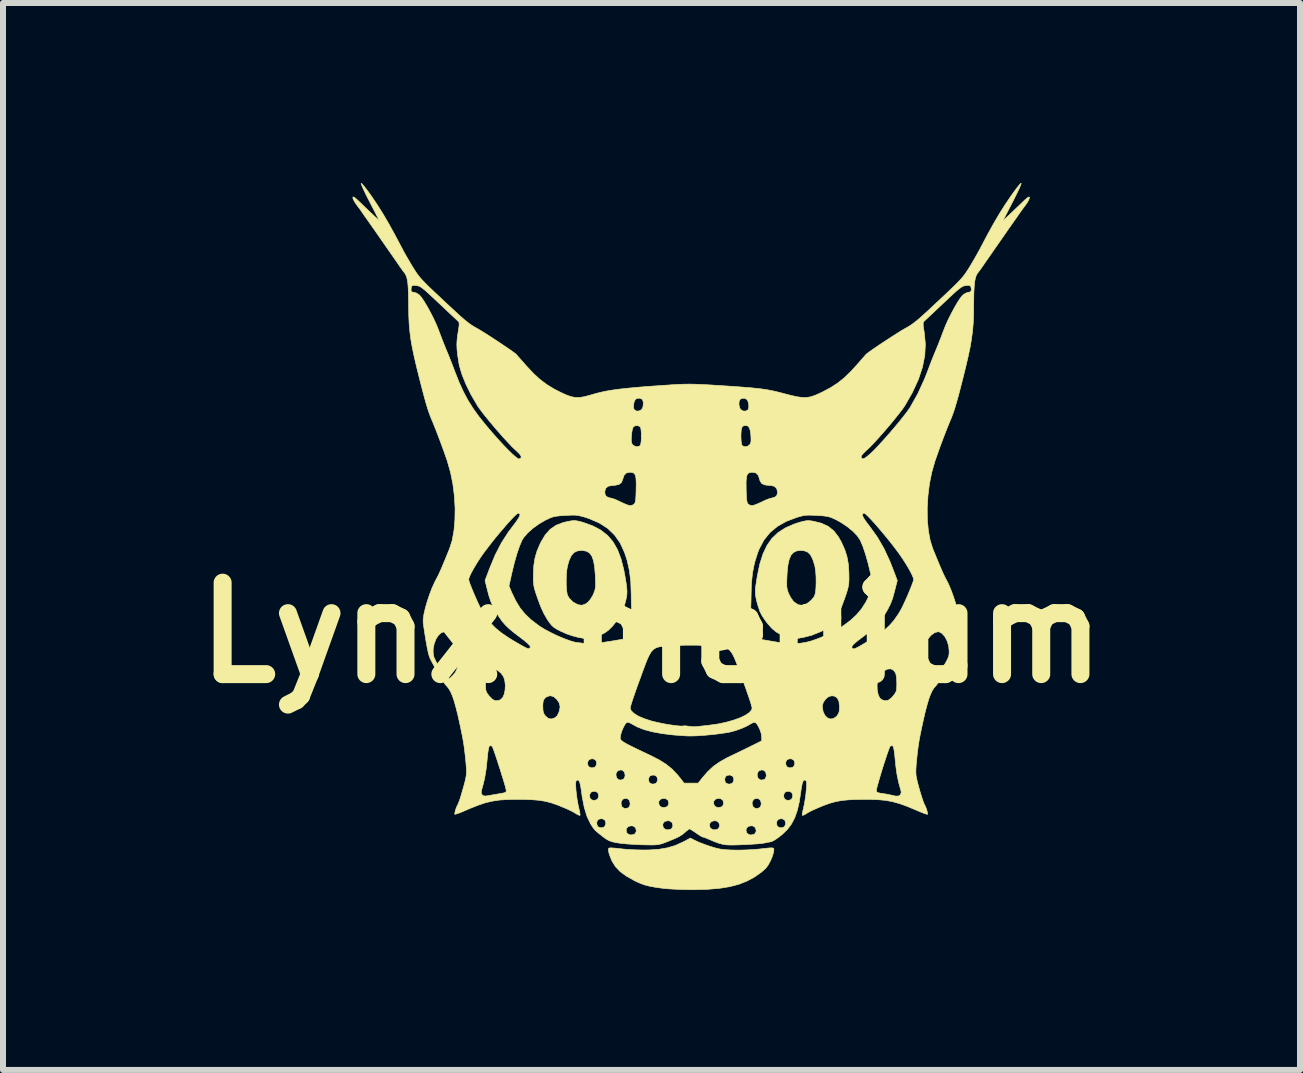
<source format=kicad_pcb>
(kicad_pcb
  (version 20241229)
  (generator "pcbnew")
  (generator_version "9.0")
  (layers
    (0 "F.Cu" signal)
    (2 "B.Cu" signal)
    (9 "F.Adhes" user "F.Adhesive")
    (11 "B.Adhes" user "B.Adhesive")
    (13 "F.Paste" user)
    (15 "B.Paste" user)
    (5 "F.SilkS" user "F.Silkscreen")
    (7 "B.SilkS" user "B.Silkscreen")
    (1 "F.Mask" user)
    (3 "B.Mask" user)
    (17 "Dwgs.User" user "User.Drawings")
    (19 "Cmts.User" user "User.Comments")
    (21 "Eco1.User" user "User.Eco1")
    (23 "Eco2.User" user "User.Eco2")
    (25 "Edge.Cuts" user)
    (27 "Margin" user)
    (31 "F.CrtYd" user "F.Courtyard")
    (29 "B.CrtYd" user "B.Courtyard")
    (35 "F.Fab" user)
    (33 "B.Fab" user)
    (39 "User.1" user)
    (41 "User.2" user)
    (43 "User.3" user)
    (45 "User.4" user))
  (footprint "Lynx medium"
    (layer "F.Cu")
    (at 7.809 7.496)
    (property "Reference" "Lynx medium" (at 0 0 0) (layer "F.SilkS") (effects (font (size 1.524 1.524) (thickness 0.3))))
    (attr through_hole)
    (fp_poly (pts (xy 0.709 3.454) (xy 0.785 3.49) (xy 0.88 3.527) (xy 0.982 3.562) (xy 1.078 3.591) (xy 1.142 3.605) (xy 1.222 3.615) (xy 1.327 3.621) (xy 1.448 3.623) (xy 1.575 3.62) (xy 1.7 3.613) (xy 1.795 3.605) (xy 1.891 3.594) (xy 1.958 3.587) (xy 2.001 3.585) (xy 2.026 3.588) (xy 2.037 3.596) (xy 2.039 3.611) (xy 2.038 3.632) (xy 2.038 3.632) (xy 2.03 3.673) (xy 2.011 3.732) (xy 1.985 3.795) (xy 1.984 3.796) (xy 1.945 3.871) (xy 1.9 3.929) (xy 1.837 3.985) (xy 1.834 3.988) (xy 1.718 4.07) (xy 1.593 4.138) (xy 1.456 4.192) (xy 1.303 4.232) (xy 1.13 4.26) (xy 0.934 4.276) (xy 0.71 4.282) (xy 0.631 4.282) (xy 0.521 4.28) (xy 0.405 4.275) (xy 0.296 4.269) (xy 0.205 4.261) (xy 0.186 4.259) (xy 0.064 4.242) (xy -0.033 4.224) (xy -0.115 4.203) (xy -0.191 4.175) (xy -0.27 4.139) (xy -0.288 4.13) (xy -0.421 4.055) (xy -0.525 3.979) (xy -0.602 3.897) (xy -0.658 3.807) (xy -0.663 3.796) (xy -0.689 3.732) (xy -0.709 3.674) (xy -0.717 3.633) (xy -0.717 3.632) (xy -0.718 3.612) (xy -0.717 3.598) (xy -0.707 3.589) (xy -0.686 3.585) (xy -0.647 3.587) (xy -0.585 3.592) (xy -0.497 3.602) (xy -0.449 3.607) (xy -0.355 3.614) (xy -0.242 3.619) (xy -0.126 3.621) (xy -0.034 3.62) (xy 0.128 3.608) (xy 0.268 3.584) (xy 0.397 3.545) (xy 0.525 3.487) (xy 0.556 3.471) (xy 0.647 3.422) (xy 0.709 3.454)) (stroke (width 0.01) (type solid)) (fill yes) (layer "F.SilkS"))
    (fp_poly (pts (xy 2.678 -1.862) (xy 2.696 -1.859) (xy 2.833 -1.825) (xy 2.946 -1.772) (xy 3.039 -1.697) (xy 3.117 -1.595) (xy 3.164 -1.511) (xy 3.22 -1.386) (xy 3.257 -1.271) (xy 3.279 -1.151) (xy 3.289 -1.015) (xy 3.29 -0.978) (xy 3.291 -0.9) (xy 3.289 -0.84) (xy 3.283 -0.788) (xy 3.271 -0.734) (xy 3.252 -0.669) (xy 3.223 -0.584) (xy 3.217 -0.567) (xy 3.164 -0.425) (xy 3.11 -0.31) (xy 3.056 -0.22) (xy 3.014 -0.159) (xy 2.979 -0.116) (xy 2.941 -0.084) (xy 2.89 -0.054) (xy 2.828 -0.022) (xy 2.669 0.042) (xy 2.54 0.075) (xy 2.474 0.087) (xy 2.422 0.096) (xy 2.392 0.1) (xy 2.388 0.1) (xy 2.368 0.095) (xy 2.325 0.084) (xy 2.266 0.069) (xy 2.254 0.065) (xy 2.16 0.033) (xy 2.079 -0.012) (xy 2.004 -0.075) (xy 1.927 -0.163) (xy 1.896 -0.204) (xy 1.844 -0.281) (xy 1.806 -0.356) (xy 1.776 -0.445) (xy 1.769 -0.469) (xy 1.749 -0.542) (xy 1.737 -0.603) (xy 1.731 -0.658) (xy 1.731 -0.717) (xy 1.738 -0.787) (xy 1.741 -0.802) (xy 2.253 -0.802) (xy 2.256 -0.754) (xy 2.264 -0.714) (xy 2.277 -0.674) (xy 2.285 -0.653) (xy 2.318 -0.589) (xy 2.359 -0.531) (xy 2.382 -0.508) (xy 2.445 -0.467) (xy 2.51 -0.458) (xy 2.58 -0.481) (xy 2.623 -0.509) (xy 2.671 -0.551) (xy 2.708 -0.599) (xy 2.719 -0.619) (xy 2.732 -0.669) (xy 2.74 -0.744) (xy 2.743 -0.834) (xy 2.742 -0.929) (xy 2.736 -1.02) (xy 2.725 -1.097) (xy 2.719 -1.123) (xy 2.687 -1.225) (xy 2.65 -1.297) (xy 2.604 -1.343) (xy 2.546 -1.366) (xy 2.488 -1.372) (xy 2.419 -1.364) (xy 2.365 -1.338) (xy 2.324 -1.292) (xy 2.294 -1.222) (xy 2.273 -1.125) (xy 2.26 -0.999) (xy 2.258 -0.957) (xy 2.254 -0.867) (xy 2.253 -0.802) (xy 1.741 -0.802) (xy 1.752 -0.877) (xy 1.763 -0.946) (xy 1.804 -1.144) (xy 1.857 -1.312) (xy 1.924 -1.454) (xy 2.006 -1.572) (xy 2.107 -1.668) (xy 2.229 -1.747) (xy 2.373 -1.81) (xy 2.454 -1.837) (xy 2.526 -1.857) (xy 2.579 -1.867) (xy 2.626 -1.869) (xy 2.678 -1.862)) (stroke (width 0.01) (type solid)) (fill yes) (layer "F.SilkS"))
    (fp_poly (pts (xy -1.222 -1.861) (xy -1.156 -1.844) (xy -1.133 -1.837) (xy -0.977 -1.78) (xy -0.845 -1.71) (xy -0.734 -1.623) (xy -0.642 -1.516) (xy -0.568 -1.387) (xy -0.509 -1.232) (xy -0.462 -1.049) (xy -0.443 -0.946) (xy -0.425 -0.839) (xy -0.414 -0.758) (xy -0.409 -0.693) (xy -0.411 -0.636) (xy -0.42 -0.58) (xy -0.435 -0.516) (xy -0.448 -0.469) (xy -0.478 -0.375) (xy -0.513 -0.298) (xy -0.561 -0.223) (xy -0.575 -0.204) (xy -0.652 -0.108) (xy -0.723 -0.038) (xy -0.797 0.012) (xy -0.881 0.048) (xy -0.944 0.067) (xy -1.009 0.083) (xy -1.061 0.094) (xy -1.091 0.1) (xy -1.095 0.1) (xy -1.117 0.096) (xy -1.164 0.087) (xy -1.225 0.076) (xy -1.236 0.073) (xy -1.32 0.051) (xy -1.416 0.018) (xy -1.506 -0.022) (xy -1.507 -0.022) (xy -1.577 -0.058) (xy -1.625 -0.088) (xy -1.662 -0.121) (xy -1.698 -0.165) (xy -1.736 -0.22) (xy -1.793 -0.318) (xy -1.847 -0.435) (xy -1.896 -0.567) (xy -1.927 -0.657) (xy -1.948 -0.724) (xy -1.961 -0.779) (xy -1.967 -0.831) (xy -1.969 -0.874) (xy -1.422 -0.874) (xy -1.421 -0.781) (xy -1.415 -0.699) (xy -1.404 -0.636) (xy -1.398 -0.619) (xy -1.37 -0.574) (xy -1.325 -0.528) (xy -1.303 -0.509) (xy -1.228 -0.468) (xy -1.161 -0.458) (xy -1.098 -0.481) (xy -1.061 -0.508) (xy -1.02 -0.555) (xy -0.981 -0.617) (xy -0.965 -0.653) (xy -0.948 -0.696) (xy -0.938 -0.735) (xy -0.933 -0.779) (xy -0.932 -0.835) (xy -0.935 -0.913) (xy -0.937 -0.957) (xy -0.948 -1.092) (xy -0.966 -1.197) (xy -0.993 -1.274) (xy -1.031 -1.327) (xy -1.081 -1.358) (xy -1.146 -1.371) (xy -1.167 -1.372) (xy -1.238 -1.363) (xy -1.293 -1.336) (xy -1.337 -1.285) (xy -1.373 -1.208) (xy -1.398 -1.123) (xy -1.411 -1.054) (xy -1.419 -0.968) (xy -1.422 -0.874) (xy -1.969 -0.874) (xy -1.97 -0.889) (xy -1.969 -0.963) (xy -1.969 -0.978) (xy -1.962 -1.12) (xy -1.943 -1.242) (xy -1.91 -1.358) (xy -1.859 -1.478) (xy -1.843 -1.511) (xy -1.771 -1.632) (xy -1.689 -1.724) (xy -1.59 -1.792) (xy -1.47 -1.838) (xy -1.375 -1.859) (xy -1.318 -1.868) (xy -1.271 -1.869) (xy -1.222 -1.861)) (stroke (width 0.01) (type solid)) (fill yes) (layer "F.SilkS"))
    (fp_poly (pts (xy 6.155 -7.469) (xy 6.136 -7.422) (xy 6.105 -7.356) (xy 6.065 -7.274) (xy 6.019 -7.182) (xy 6.011 -7.167) (xy 5.856 -6.866) (xy 5.938 -6.942) (xy 5.985 -6.987) (xy 6.047 -7.046) (xy 6.115 -7.111) (xy 6.16 -7.154) (xy 6.22 -7.212) (xy 6.262 -7.247) (xy 6.286 -7.263) (xy 6.297 -7.262) (xy 6.299 -7.253) (xy 6.289 -7.219) (xy 6.264 -7.173) (xy 6.241 -7.139) (xy 6.198 -7.082) (xy 6.156 -7.023) (xy 6.138 -6.998) (xy 6.107 -6.953) (xy 6.065 -6.893) (xy 6.019 -6.828) (xy 6.011 -6.816) (xy 5.957 -6.74) (xy 5.899 -6.656) (xy 5.847 -6.581) (xy 5.846 -6.58) (xy 5.797 -6.509) (xy 5.744 -6.433) (xy 5.699 -6.369) (xy 5.698 -6.367) (xy 5.654 -6.303) (xy 5.601 -6.228) (xy 5.551 -6.156) (xy 5.55 -6.154) (xy 5.507 -6.092) (xy 5.467 -6.036) (xy 5.436 -5.996) (xy 5.432 -5.99) (xy 5.413 -5.958) (xy 5.398 -5.912) (xy 5.386 -5.851) (xy 5.378 -5.768) (xy 5.372 -5.662) (xy 5.37 -5.529) (xy 5.369 -5.419) (xy 5.367 -5.28) (xy 5.361 -5.151) (xy 5.35 -5.026) (xy 5.333 -4.897) (xy 5.31 -4.76) (xy 5.278 -4.609) (xy 5.238 -4.437) (xy 5.19 -4.242) (xy 5.149 -4.083) (xy 5.115 -3.952) (xy 5.085 -3.845) (xy 5.059 -3.757) (xy 5.035 -3.683) (xy 5.012 -3.619) (xy 4.989 -3.561) (xy 4.986 -3.556) (xy 4.928 -3.414) (xy 4.864 -3.249) (xy 4.799 -3.074) (xy 4.737 -2.898) (xy 4.723 -2.857) (xy 4.671 -2.676) (xy 4.632 -2.482) (xy 4.607 -2.281) (xy 4.595 -2.08) (xy 4.597 -1.886) (xy 4.614 -1.703) (xy 4.644 -1.539) (xy 4.688 -1.399) (xy 4.689 -1.397) (xy 4.719 -1.325) (xy 4.755 -1.237) (xy 4.791 -1.15) (xy 4.801 -1.126) (xy 4.833 -1.051) (xy 4.865 -0.979) (xy 4.893 -0.922) (xy 4.902 -0.905) (xy 4.947 -0.818) (xy 4.991 -0.715) (xy 5.032 -0.603) (xy 5.069 -0.489) (xy 5.098 -0.381) (xy 5.119 -0.284) (xy 5.128 -0.206) (xy 5.126 -0.166) (xy 5.103 -0.011) (xy 5.083 0.115) (xy 5.066 0.214) (xy 5.051 0.292) (xy 5.037 0.351) (xy 5.023 0.397) (xy 5.009 0.432) (xy 5.005 0.441) (xy 4.97 0.509) (xy 4.927 0.586) (xy 4.881 0.665) (xy 4.836 0.741) (xy 4.796 0.806) (xy 4.763 0.855) (xy 4.743 0.88) (xy 4.743 0.881) (xy 4.71 0.917) (xy 4.679 0.965) (xy 4.649 1.029) (xy 4.619 1.111) (xy 4.589 1.214) (xy 4.556 1.342) (xy 4.521 1.496) (xy 4.482 1.68) (xy 4.471 1.736) (xy 4.457 1.814) (xy 4.442 1.913) (xy 4.429 2.02) (xy 4.419 2.117) (xy 4.41 2.213) (xy 4.406 2.284) (xy 4.406 2.339) (xy 4.41 2.387) (xy 4.42 2.437) (xy 4.428 2.473) (xy 4.449 2.554) (xy 4.473 2.64) (xy 4.498 2.721) (xy 4.521 2.792) (xy 4.54 2.844) (xy 4.552 2.869) (xy 4.568 2.9) (xy 4.584 2.943) (xy 4.596 2.987) (xy 4.601 3.019) (xy 4.6 3.026) (xy 4.581 3.023) (xy 4.539 3.009) (xy 4.478 2.985) (xy 4.408 2.955) (xy 4.262 2.894) (xy 4.135 2.848) (xy 4.019 2.816) (xy 3.902 2.794) (xy 3.775 2.782) (xy 3.629 2.777) (xy 3.563 2.777) (xy 3.408 2.779) (xy 3.279 2.785) (xy 3.168 2.796) (xy 3.068 2.815) (xy 2.97 2.842) (xy 2.868 2.879) (xy 2.769 2.92) (xy 2.697 2.952) (xy 2.645 2.977) (xy 2.601 3.001) (xy 2.577 3.017) (xy 2.54 3.037) (xy 2.516 3.044) (xy 2.513 3.043) (xy 2.512 3.024) (xy 2.519 2.981) (xy 2.53 2.936) (xy 2.546 2.86) (xy 2.561 2.775) (xy 2.573 2.688) (xy 2.578 2.633) (xy 3.746 2.633) (xy 3.755 2.654) (xy 3.78 2.667) (xy 3.829 2.677) (xy 3.847 2.679) (xy 3.912 2.689) (xy 3.973 2.701) (xy 4 2.707) (xy 4.072 2.723) (xy 4.12 2.72) (xy 4.149 2.701) (xy 4.161 2.663) (xy 4.158 2.637) (xy 4.119 2.496) (xy 4.091 2.362) (xy 4.071 2.218) (xy 4.062 2.128) (xy 4.052 2.025) (xy 4.042 1.953) (xy 4.032 1.907) (xy 4.021 1.886) (xy 4.018 1.884) (xy 3.987 1.885) (xy 3.978 1.891) (xy 3.967 1.913) (xy 3.948 1.962) (xy 3.924 2.032) (xy 3.896 2.116) (xy 3.865 2.21) (xy 3.835 2.307) (xy 3.807 2.401) (xy 3.782 2.487) (xy 3.762 2.558) (xy 3.75 2.609) (xy 3.746 2.633) (xy 2.578 2.633) (xy 2.581 2.607) (xy 2.585 2.539) (xy 2.584 2.49) (xy 2.578 2.469) (xy 2.552 2.454) (xy 2.531 2.464) (xy 2.514 2.504) (xy 2.499 2.573) (xy 2.49 2.636) (xy 2.464 2.812) (xy 2.43 2.96) (xy 2.387 3.083) (xy 2.332 3.188) (xy 2.264 3.279) (xy 2.18 3.36) (xy 2.157 3.379) (xy 2.099 3.423) (xy 2.046 3.458) (xy 2.007 3.478) (xy 1.998 3.481) (xy 1.955 3.49) (xy 1.898 3.501) (xy 1.88 3.505) (xy 1.837 3.512) (xy 1.768 3.518) (xy 1.681 3.524) (xy 1.582 3.53) (xy 1.511 3.533) (xy 1.399 3.537) (xy 1.313 3.538) (xy 1.244 3.535) (xy 1.183 3.525) (xy 1.122 3.508) (xy 1.052 3.483) (xy 0.965 3.446) (xy 0.92 3.427) (xy 0.88 3.411) (xy 0.852 3.404) (xy 0.851 3.404) (xy 0.83 3.394) (xy 0.791 3.37) (xy 0.741 3.336) (xy 0.741 3.336) (xy 0.692 3.302) (xy 0.678 3.294) (xy 1.575 3.294) (xy 1.589 3.34) (xy 1.628 3.366) (xy 1.659 3.37) (xy 1.701 3.362) (xy 1.724 3.349) (xy 1.741 3.316) (xy 1.744 3.294) (xy 1.73 3.247) (xy 1.691 3.221) (xy 1.659 3.217) (xy 1.608 3.23) (xy 1.579 3.265) (xy 1.575 3.294) (xy 0.678 3.294) (xy 0.653 3.278) (xy 0.634 3.268) (xy 0.634 3.268) (xy 0.616 3.279) (xy 0.582 3.305) (xy 0.557 3.327) (xy 0.521 3.357) (xy 0.481 3.384) (xy 0.432 3.411) (xy 0.366 3.44) (xy 0.278 3.476) (xy 0.232 3.494) (xy 0.175 3.515) (xy 0.125 3.528) (xy 0.07 3.535) (xy 0.001 3.537) (xy -0.064 3.536) (xy -0.161 3.534) (xy -0.267 3.529) (xy -0.363 3.523) (xy -0.398 3.521) (xy -0.509 3.51) (xy -0.593 3.498) (xy -0.658 3.483) (xy -0.711 3.464) (xy -0.759 3.436) (xy -0.806 3.402) (xy -0.871 3.351) (xy -0.917 3.313) (xy -0.937 3.294) (xy -0.423 3.294) (xy -0.41 3.34) (xy -0.37 3.366) (xy -0.339 3.37) (xy -0.297 3.362) (xy -0.274 3.349) (xy -0.257 3.316) (xy -0.254 3.294) (xy -0.268 3.247) (xy -0.307 3.221) (xy -0.339 3.217) (xy -0.39 3.23) (xy -0.419 3.265) (xy -0.423 3.294) (xy -0.937 3.294) (xy -0.949 3.281) (xy -0.976 3.247) (xy -1.003 3.205) (xy -1.021 3.175) (xy -0.914 3.175) (xy -0.905 3.214) (xy -0.894 3.231) (xy -0.861 3.248) (xy -0.838 3.251) (xy -0.799 3.242) (xy -0.782 3.231) (xy -0.771 3.209) (xy 0.186 3.209) (xy 0.2 3.255) (xy 0.239 3.281) (xy 0.271 3.285) (xy 0.312 3.278) (xy 0.335 3.265) (xy 0.352 3.232) (xy 0.356 3.209) (xy 0.965 3.209) (xy 0.979 3.255) (xy 1.018 3.281) (xy 1.05 3.285) (xy 1.091 3.278) (xy 1.114 3.265) (xy 1.131 3.232) (xy 1.135 3.209) (xy 1.125 3.175) (xy 2.083 3.175) (xy 2.092 3.214) (xy 2.103 3.231) (xy 2.136 3.248) (xy 2.159 3.251) (xy 2.198 3.242) (xy 2.215 3.231) (xy 2.232 3.198) (xy 2.235 3.175) (xy 2.226 3.136) (xy 2.215 3.119) (xy 2.182 3.102) (xy 2.159 3.099) (xy 2.12 3.108) (xy 2.103 3.119) (xy 2.086 3.152) (xy 2.083 3.175) (xy 1.125 3.175) (xy 1.121 3.162) (xy 1.082 3.137) (xy 1.05 3.133) (xy 0.998 3.145) (xy 0.97 3.18) (xy 0.965 3.209) (xy 0.356 3.209) (xy 0.342 3.162) (xy 0.303 3.137) (xy 0.271 3.133) (xy 0.219 3.145) (xy 0.191 3.18) (xy 0.186 3.209) (xy -0.771 3.209) (xy -0.765 3.198) (xy -0.762 3.175) (xy -0.771 3.136) (xy -0.782 3.119) (xy -0.815 3.102) (xy -0.838 3.099) (xy -0.877 3.108) (xy -0.894 3.119) (xy -0.911 3.152) (xy -0.914 3.175) (xy -1.021 3.175) (xy -1.076 3.06) (xy -1.121 2.913) (xy -1.134 2.845) (xy -0.508 2.845) (xy -0.496 2.897) (xy -0.46 2.925) (xy -0.432 2.929) (xy -0.393 2.92) (xy -0.376 2.909) (xy -0.36 2.877) (xy -0.356 2.845) (xy -0.358 2.836) (xy 0.119 2.836) (xy 0.132 2.883) (xy 0.171 2.909) (xy 0.203 2.913) (xy 0.244 2.905) (xy 0.268 2.892) (xy 0.285 2.859) (xy 0.288 2.836) (xy 1.033 2.836) (xy 1.047 2.883) (xy 1.086 2.909) (xy 1.118 2.913) (xy 1.159 2.905) (xy 1.182 2.892) (xy 1.199 2.859) (xy 1.201 2.845) (xy 1.676 2.845) (xy 1.689 2.897) (xy 1.724 2.925) (xy 1.753 2.929) (xy 1.791 2.92) (xy 1.808 2.909) (xy 1.824 2.877) (xy 1.829 2.845) (xy 1.816 2.793) (xy 1.781 2.765) (xy 1.753 2.76) (xy 1.706 2.774) (xy 1.68 2.813) (xy 1.676 2.845) (xy 1.201 2.845) (xy 1.202 2.836) (xy 1.188 2.79) (xy 1.149 2.764) (xy 1.118 2.76) (xy 1.066 2.773) (xy 1.037 2.808) (xy 1.033 2.836) (xy 0.288 2.836) (xy 0.274 2.79) (xy 0.235 2.764) (xy 0.203 2.76) (xy 0.151 2.773) (xy 0.123 2.808) (xy 0.119 2.836) (xy -0.358 2.836) (xy -0.368 2.793) (xy -0.403 2.765) (xy -0.432 2.76) (xy -0.478 2.774) (xy -0.504 2.813) (xy -0.508 2.845) (xy -1.134 2.845) (xy -1.156 2.734) (xy -1.158 2.718) (xy -1.033 2.718) (xy -1.024 2.757) (xy -1.013 2.774) (xy -0.98 2.791) (xy -0.957 2.794) (xy -0.918 2.785) (xy -0.901 2.774) (xy -0.884 2.741) (xy -0.881 2.718) (xy 2.201 2.718) (xy 2.211 2.757) (xy 2.222 2.774) (xy 2.255 2.791) (xy 2.278 2.794) (xy 2.316 2.785) (xy 2.333 2.774) (xy 2.35 2.741) (xy 2.354 2.718) (xy 2.345 2.679) (xy 2.333 2.662) (xy 2.3 2.645) (xy 2.278 2.642) (xy 2.239 2.651) (xy 2.222 2.662) (xy 2.205 2.695) (xy 2.201 2.718) (xy -0.881 2.718) (xy -0.89 2.679) (xy -0.901 2.662) (xy -0.934 2.645) (xy -0.957 2.642) (xy -0.996 2.651) (xy -1.013 2.662) (xy -1.03 2.695) (xy -1.033 2.718) (xy -1.158 2.718) (xy -1.169 2.636) (xy -1.183 2.545) (xy -1.199 2.486) (xy -1.217 2.457) (xy -1.24 2.456) (xy -1.257 2.469) (xy -1.263 2.494) (xy -1.264 2.545) (xy -1.26 2.615) (xy -1.251 2.697) (xy -1.239 2.784) (xy -1.224 2.868) (xy -1.209 2.936) (xy -1.197 2.989) (xy -1.191 3.029) (xy -1.192 3.043) (xy -1.21 3.041) (xy -1.245 3.024) (xy -1.257 3.017) (xy -1.3 2.99) (xy -1.346 2.966) (xy -1.406 2.938) (xy -1.448 2.92) (xy -1.561 2.873) (xy -1.662 2.838) (xy -1.759 2.812) (xy -1.86 2.794) (xy -1.973 2.784) (xy -2.105 2.778) (xy -2.242 2.777) (xy -2.398 2.78) (xy -2.531 2.788) (xy -2.651 2.806) (xy -2.767 2.833) (xy -2.888 2.874) (xy -3.025 2.928) (xy -3.087 2.955) (xy -3.159 2.986) (xy -3.219 3.009) (xy -3.261 3.023) (xy -3.279 3.026) (xy -3.279 3.006) (xy -3.27 2.967) (xy -3.256 2.922) (xy -3.239 2.883) (xy -3.231 2.869) (xy -3.218 2.84) (xy -3.198 2.787) (xy -3.175 2.715) (xy -3.166 2.683) (xy -2.837 2.683) (xy -2.811 2.714) (xy -2.767 2.722) (xy -2.761 2.721) (xy -2.723 2.715) (xy -2.664 2.705) (xy -2.596 2.693) (xy -2.591 2.692) (xy -2.514 2.679) (xy -2.465 2.67) (xy -2.438 2.661) (xy -2.425 2.651) (xy -2.422 2.638) (xy -2.421 2.629) (xy -2.427 2.603) (xy -2.44 2.551) (xy -2.461 2.48) (xy -2.487 2.394) (xy -2.495 2.371) (xy -0.593 2.371) (xy -0.58 2.422) (xy -0.545 2.451) (xy -0.516 2.455) (xy -0.481 2.447) (xy -0.051 2.447) (xy -0.042 2.486) (xy -0.03 2.503) (xy 0.003 2.52) (xy 0.025 2.523) (xy 0.064 2.514) (xy 0.081 2.503) (xy 0.098 2.47) (xy 0.102 2.447) (xy 0.092 2.408) (xy 0.081 2.391) (xy 0.048 2.374) (xy 0.025 2.371) (xy -0.013 2.38) (xy -0.03 2.391) (xy -0.047 2.424) (xy -0.051 2.447) (xy -0.481 2.447) (xy -0.478 2.446) (xy -0.461 2.435) (xy -0.445 2.403) (xy -0.44 2.371) (xy -0.453 2.319) (xy -0.488 2.29) (xy -0.516 2.286) (xy -0.563 2.3) (xy -0.589 2.339) (xy -0.593 2.371) (xy -2.495 2.371) (xy -2.516 2.301) (xy -2.547 2.205) (xy -2.556 2.176) (xy -1.067 2.176) (xy -1.058 2.215) (xy -1.046 2.232) (xy -1.013 2.249) (xy -0.991 2.252) (xy -0.952 2.243) (xy -0.935 2.232) (xy -0.918 2.199) (xy -0.914 2.176) (xy -0.924 2.137) (xy -0.935 2.12) (xy -0.968 2.103) (xy -0.991 2.1) (xy -1.029 2.109) (xy -1.046 2.12) (xy -1.063 2.153) (xy -1.067 2.176) (xy -2.556 2.176) (xy -2.577 2.112) (xy -2.605 2.029) (xy -2.629 1.96) (xy -2.647 1.912) (xy -2.657 1.891) (xy -2.657 1.891) (xy -2.685 1.882) (xy -2.697 1.884) (xy -2.708 1.899) (xy -2.718 1.937) (xy -2.728 2.002) (xy -2.738 2.095) (xy -2.741 2.128) (xy -2.758 2.284) (xy -2.781 2.422) (xy -2.814 2.558) (xy -2.837 2.637) (xy -2.837 2.683) (xy -3.166 2.683) (xy -3.151 2.633) (xy -3.127 2.548) (xy -3.107 2.473) (xy -3.095 2.418) (xy -3.087 2.37) (xy -3.084 2.32) (xy -3.086 2.26) (xy -3.092 2.181) (xy -3.098 2.117) (xy -3.109 2.015) (xy -3.122 1.908) (xy -3.137 1.81) (xy -3.148 1.749) (xy -0.522 1.749) (xy -0.522 1.759) (xy -0.518 1.774) (xy -0.508 1.789) (xy -0.488 1.807) (xy -0.457 1.828) (xy -0.41 1.855) (xy -0.345 1.888) (xy -0.258 1.931) (xy -0.146 1.984) (xy -0.012 2.048) (xy 0.129 2.12) (xy 0.245 2.193) (xy 0.343 2.273) (xy 0.433 2.368) (xy 0.473 2.417) (xy 0.543 2.506) (xy 0.778 2.506) (xy 0.824 2.447) (xy 1.219 2.447) (xy 1.228 2.486) (xy 1.24 2.503) (xy 1.273 2.52) (xy 1.295 2.523) (xy 1.334 2.514) (xy 1.351 2.503) (xy 1.368 2.47) (xy 1.372 2.447) (xy 1.362 2.408) (xy 1.351 2.391) (xy 1.318 2.374) (xy 1.295 2.371) (xy 1.761 2.371) (xy 1.773 2.422) (xy 1.809 2.451) (xy 1.837 2.455) (xy 1.876 2.446) (xy 1.893 2.435) (xy 1.909 2.403) (xy 1.913 2.371) (xy 1.901 2.319) (xy 1.866 2.29) (xy 1.837 2.286) (xy 1.791 2.3) (xy 1.765 2.339) (xy 1.761 2.371) (xy 1.295 2.371) (xy 1.257 2.38) (xy 1.24 2.391) (xy 1.223 2.424) (xy 1.219 2.447) (xy 0.824 2.447) (xy 0.848 2.417) (xy 0.936 2.315) (xy 1.029 2.228) (xy 1.103 2.176) (xy 2.235 2.176) (xy 2.244 2.215) (xy 2.256 2.232) (xy 2.289 2.249) (xy 2.311 2.252) (xy 2.35 2.243) (xy 2.367 2.232) (xy 2.384 2.199) (xy 2.388 2.176) (xy 2.378 2.137) (xy 2.367 2.12) (xy 2.334 2.103) (xy 2.311 2.1) (xy 2.273 2.109) (xy 2.256 2.12) (xy 2.239 2.153) (xy 2.235 2.176) (xy 1.103 2.176) (xy 1.136 2.153) (xy 1.264 2.081) (xy 1.333 2.048) (xy 1.427 2.003) (xy 1.526 1.955) (xy 1.618 1.91) (xy 1.691 1.874) (xy 1.693 1.873) (xy 1.837 1.801) (xy 1.836 1.735) (xy 1.828 1.68) (xy 1.808 1.619) (xy 1.781 1.561) (xy 1.753 1.516) (xy 1.726 1.494) (xy 1.723 1.493) (xy 1.69 1.499) (xy 1.649 1.52) (xy 1.642 1.525) (xy 1.585 1.557) (xy 1.507 1.592) (xy 1.419 1.624) (xy 1.333 1.649) (xy 1.281 1.661) (xy 1.154 1.68) (xy 1.018 1.697) (xy 0.881 1.709) (xy 0.753 1.718) (xy 0.643 1.721) (xy 0.573 1.719) (xy 0.356 1.703) (xy 0.17 1.68) (xy 0.01 1.65) (xy -0.127 1.613) (xy -0.243 1.567) (xy -0.343 1.512) (xy -0.343 1.512) (xy -0.383 1.493) (xy -0.414 1.497) (xy -0.419 1.5) (xy -0.443 1.529) (xy -0.47 1.579) (xy -0.496 1.64) (xy -0.514 1.7) (xy -0.522 1.749) (xy -3.148 1.749) (xy -3.15 1.736) (xy -3.19 1.543) (xy -3.226 1.381) (xy -3.259 1.247) (xy -3.264 1.229) (xy -1.812 1.229) (xy -1.809 1.294) (xy -1.8 1.337) (xy -1.779 1.373) (xy -1.768 1.387) (xy -1.72 1.428) (xy -1.667 1.437) (xy -1.609 1.417) (xy -1.571 1.382) (xy -1.542 1.322) (xy -1.527 1.255) (xy -0.356 1.255) (xy -0.339 1.3) (xy -0.292 1.345) (xy -0.218 1.391) (xy -0.118 1.433) (xy 0.003 1.472) (xy 0.006 1.473) (xy 0.091 1.493) (xy 0.183 1.513) (xy 0.278 1.53) (xy 0.367 1.543) (xy 0.443 1.552) (xy 0.501 1.556) (xy 0.531 1.553) (xy 0.559 1.551) (xy 0.605 1.556) (xy 0.618 1.558) (xy 0.68 1.566) (xy 0.739 1.566) (xy 0.745 1.565) (xy 0.788 1.56) (xy 0.854 1.553) (xy 0.931 1.545) (xy 0.968 1.54) (xy 1.111 1.52) (xy 1.246 1.491) (xy 1.369 1.456) (xy 1.477 1.417) (xy 1.566 1.374) (xy 1.63 1.33) (xy 1.668 1.286) (xy 1.676 1.255) (xy 1.671 1.228) (xy 1.67 1.227) (xy 2.846 1.227) (xy 2.858 1.309) (xy 2.887 1.373) (xy 2.928 1.417) (xy 2.978 1.437) (xy 3.03 1.431) (xy 3.081 1.396) (xy 3.089 1.387) (xy 3.115 1.35) (xy 3.128 1.31) (xy 3.132 1.254) (xy 3.133 1.232) (xy 3.124 1.146) (xy 3.097 1.088) (xy 3.051 1.057) (xy 3.004 1.05) (xy 2.952 1.065) (xy 2.903 1.104) (xy 2.865 1.157) (xy 2.846 1.214) (xy 2.846 1.227) (xy 1.67 1.227) (xy 1.655 1.174) (xy 1.63 1.097) (xy 1.597 1.002) (xy 1.559 0.894) (xy 1.552 0.875) (xy 3.759 0.875) (xy 3.762 0.954) (xy 3.776 1.026) (xy 3.8 1.082) (xy 3.831 1.114) (xy 3.892 1.134) (xy 3.943 1.126) (xy 3.994 1.09) (xy 4.024 1.057) (xy 4.055 1.017) (xy 4.074 0.984) (xy 4.084 0.948) (xy 4.087 0.897) (xy 4.088 0.841) (xy 4.084 0.744) (xy 4.069 0.675) (xy 4.04 0.63) (xy 3.997 0.605) (xy 3.987 0.602) (xy 3.936 0.605) (xy 3.879 0.632) (xy 3.827 0.676) (xy 3.788 0.732) (xy 3.787 0.733) (xy 3.767 0.799) (xy 3.759 0.875) (xy 1.552 0.875) (xy 1.516 0.776) (xy 1.512 0.764) (xy 1.46 0.621) (xy 1.417 0.507) (xy 1.38 0.417) (xy 1.358 0.373) (xy 4.547 0.373) (xy 4.548 0.472) (xy 4.553 0.545) (xy 4.563 0.599) (xy 4.58 0.642) (xy 4.607 0.681) (xy 4.626 0.703) (xy 4.661 0.739) (xy 4.692 0.757) (xy 4.722 0.752) (xy 4.755 0.725) (xy 4.796 0.672) (xy 4.847 0.592) (xy 4.855 0.578) (xy 4.901 0.501) (xy 4.931 0.445) (xy 4.949 0.402) (xy 4.958 0.365) (xy 4.961 0.325) (xy 4.961 0.307) (xy 4.952 0.218) (xy 4.926 0.135) (xy 4.889 0.064) (xy 4.843 0.012) (xy 4.793 -0.015) (xy 4.774 -0.017) (xy 4.72 -0.002) (xy 4.662 0.039) (xy 4.607 0.101) (xy 4.586 0.132) (xy 4.568 0.165) (xy 4.556 0.199) (xy 4.55 0.244) (xy 4.547 0.308) (xy 4.547 0.373) (xy 1.358 0.373) (xy 1.346 0.349) (xy 1.311 0.3) (xy 1.272 0.266) (xy 1.226 0.243) (xy 1.186 0.234) (xy 3.338 0.234) (xy 3.342 0.253) (xy 3.347 0.26) (xy 3.359 0.267) (xy 3.375 0.268) (xy 3.401 0.259) (xy 3.441 0.24) (xy 3.498 0.207) (xy 3.577 0.16) (xy 3.637 0.124) (xy 3.77 0.04) (xy 3.877 -0.04) (xy 3.966 -0.121) (xy 4.043 -0.21) (xy 4.114 -0.312) (xy 4.145 -0.364) (xy 4.173 -0.415) (xy 4.206 -0.484) (xy 4.243 -0.564) (xy 4.279 -0.647) (xy 4.313 -0.729) (xy 4.341 -0.8) (xy 4.361 -0.856) (xy 4.369 -0.888) (xy 4.369 -0.889) (xy 4.359 -0.925) (xy 4.333 -0.983) (xy 4.294 -1.057) (xy 4.244 -1.141) (xy 4.188 -1.229) (xy 4.128 -1.316) (xy 4.112 -1.338) (xy 4.043 -1.43) (xy 3.968 -1.526) (xy 3.89 -1.622) (xy 3.812 -1.715) (xy 3.739 -1.8) (xy 3.672 -1.874) (xy 3.616 -1.933) (xy 3.573 -1.974) (xy 3.546 -1.994) (xy 3.541 -1.994) (xy 3.519 -1.984) (xy 3.514 -1.962) (xy 3.527 -1.927) (xy 3.56 -1.873) (xy 3.615 -1.799) (xy 3.639 -1.768) (xy 3.764 -1.594) (xy 3.873 -1.406) (xy 3.97 -1.197) (xy 4.019 -1.074) (xy 4.096 -0.87) (xy 4.048 -0.683) (xy 4.018 -0.574) (xy 3.984 -0.484) (xy 3.941 -0.397) (xy 3.911 -0.345) (xy 3.858 -0.259) (xy 3.808 -0.189) (xy 3.755 -0.127) (xy 3.693 -0.067) (xy 3.614 -0.002) (xy 3.518 0.071) (xy 3.438 0.132) (xy 3.383 0.177) (xy 3.351 0.21) (xy 3.338 0.234) (xy 1.186 0.234) (xy 1.169 0.23) (xy 1.097 0.223) (xy 1.009 0.217) (xy 0.937 0.214) (xy 0.756 0.207) (xy 0.564 0.207) (xy 0.384 0.214) (xy 0.281 0.219) (xy 0.199 0.225) (xy 0.132 0.234) (xy 0.079 0.249) (xy 0.035 0.275) (xy -0.002 0.314) (xy -0.036 0.369) (xy -0.071 0.444) (xy -0.109 0.541) (xy -0.155 0.665) (xy -0.191 0.764) (xy -0.234 0.882) (xy -0.273 0.992) (xy -0.306 1.088) (xy -0.332 1.167) (xy -0.349 1.224) (xy -0.356 1.254) (xy -0.356 1.255) (xy -1.527 1.255) (xy -1.526 1.25) (xy -1.525 1.227) (xy -1.539 1.169) (xy -1.576 1.113) (xy -1.631 1.065) (xy -1.689 1.049) (xy -1.746 1.066) (xy -1.773 1.087) (xy -1.795 1.114) (xy -1.807 1.148) (xy -1.812 1.2) (xy -1.812 1.229) (xy -3.264 1.229) (xy -3.29 1.137) (xy -3.32 1.05) (xy -3.35 0.981) (xy -3.381 0.929) (xy -3.413 0.889) (xy -3.422 0.881) (xy -3.442 0.856) (xy -3.466 0.819) (xy -2.767 0.819) (xy -2.767 0.841) (xy -2.766 0.91) (xy -2.761 0.957) (xy -2.75 0.992) (xy -2.728 1.025) (xy -2.703 1.057) (xy -2.652 1.109) (xy -2.606 1.133) (xy -2.554 1.13) (xy -2.515 1.115) (xy -2.481 1.082) (xy -2.456 1.026) (xy -2.441 0.953) (xy -2.437 0.874) (xy -2.446 0.797) (xy -2.466 0.733) (xy -2.505 0.678) (xy -2.557 0.633) (xy -2.614 0.606) (xy -2.665 0.602) (xy -2.666 0.602) (xy -2.712 0.624) (xy -2.744 0.664) (xy -2.761 0.728) (xy -2.767 0.819) (xy -3.466 0.819) (xy -3.474 0.807) (xy -3.515 0.742) (xy -3.56 0.666) (xy -3.606 0.587) (xy -3.648 0.51) (xy -3.684 0.442) (xy -3.684 0.441) (xy -3.699 0.408) (xy -3.713 0.365) (xy -3.726 0.31) (xy -3.727 0.305) (xy -3.64 0.305) (xy -3.637 0.362) (xy -3.625 0.412) (xy -3.599 0.467) (xy -3.576 0.508) (xy -3.516 0.609) (xy -3.47 0.682) (xy -3.433 0.73) (xy -3.403 0.756) (xy -3.377 0.761) (xy -3.35 0.749) (xy -3.321 0.721) (xy -3.304 0.702) (xy -3.272 0.662) (xy -3.25 0.622) (xy -3.236 0.575) (xy -3.229 0.513) (xy -3.226 0.428) (xy -3.226 0.373) (xy -3.227 0.289) (xy -3.23 0.231) (xy -3.238 0.19) (xy -3.251 0.157) (xy -3.265 0.132) (xy -3.317 0.063) (xy -3.375 0.013) (xy -3.431 -0.014) (xy -3.453 -0.017) (xy -3.504 -0.001) (xy -3.552 0.042) (xy -3.593 0.106) (xy -3.623 0.185) (xy -3.639 0.272) (xy -3.64 0.305) (xy -3.727 0.305) (xy -3.741 0.238) (xy -3.758 0.145) (xy -3.777 0.027) (xy -3.799 -0.119) (xy -3.806 -0.166) (xy -3.806 -0.226) (xy -3.793 -0.311) (xy -3.77 -0.412) (xy -3.738 -0.523) (xy -3.7 -0.637) (xy -3.658 -0.747) (xy -3.613 -0.846) (xy -3.59 -0.889) (xy -3.048 -0.889) (xy -3.041 -0.86) (xy -3.023 -0.806) (xy -2.995 -0.736) (xy -2.962 -0.656) (xy -2.925 -0.572) (xy -2.889 -0.491) (xy -2.855 -0.421) (xy -2.827 -0.368) (xy -2.825 -0.364) (xy -2.754 -0.254) (xy -2.681 -0.16) (xy -2.599 -0.077) (xy -2.501 0.003) (xy -2.38 0.085) (xy -2.316 0.125) (xy -2.234 0.173) (xy -2.161 0.215) (xy -2.102 0.246) (xy -2.062 0.264) (xy -2.049 0.267) (xy -2.024 0.248) (xy -2.019 0.235) (xy -2.03 0.211) (xy -2.071 0.171) (xy -2.14 0.114) (xy -2.196 0.072) (xy -2.296 -0.004) (xy -2.374 -0.069) (xy -2.436 -0.129) (xy -2.489 -0.19) (xy -2.539 -0.261) (xy -2.591 -0.345) (xy -2.641 -0.436) (xy -2.679 -0.522) (xy -2.711 -0.619) (xy -2.728 -0.683) (xy -2.752 -0.779) (xy -2.376 -0.779) (xy -2.332 -0.676) (xy -2.264 -0.534) (xy -2.192 -0.415) (xy -2.108 -0.312) (xy -2.007 -0.216) (xy -1.881 -0.12) (xy -1.855 -0.102) (xy -1.776 -0.054) (xy -1.678 -0.002) (xy -1.57 0.05) (xy -1.461 0.096) (xy -1.361 0.133) (xy -1.279 0.157) (xy -1.269 0.159) (xy -1.135 0.176) (xy -0.977 0.176) (xy -0.8 0.16) (xy -0.639 0.135) (xy -0.559 0.121) (xy -0.485 0.109) (xy -0.427 0.103) (xy -0.404 0.102) (xy -0.365 0.1) (xy -0.338 0.09) (xy -0.321 0.07) (xy -0.312 0.032) (xy -0.311 -0.003) (xy 1.631 -0.003) (xy 1.635 0.047) (xy 1.647 0.079) (xy 1.667 0.095) (xy 1.699 0.101) (xy 1.725 0.102) (xy 1.768 0.105) (xy 1.833 0.113) (xy 1.911 0.125) (xy 1.964 0.135) (xy 2.105 0.159) (xy 2.221 0.175) (xy 2.32 0.182) (xy 2.41 0.181) (xy 2.499 0.172) (xy 2.576 0.159) (xy 2.669 0.135) (xy 2.779 0.096) (xy 2.898 0.047) (xy 3.014 -0.009) (xy 3.119 -0.066) (xy 3.176 -0.102) (xy 3.307 -0.199) (xy 3.412 -0.294) (xy 3.498 -0.395) (xy 3.572 -0.51) (xy 3.64 -0.648) (xy 3.653 -0.676) (xy 3.697 -0.779) (xy 3.651 -0.987) (xy 3.61 -1.157) (xy 3.567 -1.308) (xy 3.524 -1.436) (xy 3.482 -1.535) (xy 3.479 -1.543) (xy 3.43 -1.615) (xy 3.356 -1.692) (xy 3.263 -1.768) (xy 3.16 -1.837) (xy 3.09 -1.876) (xy 3.029 -1.906) (xy 2.978 -1.926) (xy 2.93 -1.939) (xy 2.872 -1.947) (xy 2.794 -1.953) (xy 2.76 -1.955) (xy 2.672 -1.959) (xy 2.606 -1.96) (xy 2.553 -1.956) (xy 2.5 -1.945) (xy 2.438 -1.928) (xy 2.425 -1.924) (xy 2.247 -1.857) (xy 2.098 -1.773) (xy 1.974 -1.67) (xy 1.873 -1.545) (xy 1.794 -1.396) (xy 1.771 -1.338) (xy 1.718 -1.171) (xy 1.683 -0.998) (xy 1.664 -0.811) (xy 1.66 -0.644) (xy 1.658 -0.533) (xy 1.654 -0.404) (xy 1.647 -0.276) (xy 1.641 -0.182) (xy 1.634 -0.078) (xy 1.631 -0.003) (xy -0.311 -0.003) (xy -0.311 -0.027) (xy -0.315 -0.111) (xy -0.32 -0.182) (xy -0.328 -0.296) (xy -0.334 -0.425) (xy -0.338 -0.552) (xy -0.339 -0.644) (xy -0.346 -0.85) (xy -0.368 -1.033) (xy -0.406 -1.204) (xy -0.45 -1.338) (xy -0.522 -1.495) (xy -0.615 -1.628) (xy -0.73 -1.739) (xy -0.87 -1.829) (xy -1.038 -1.902) (xy -1.104 -1.924) (xy -1.169 -1.942) (xy -1.222 -1.954) (xy -1.275 -1.96) (xy -1.337 -1.96) (xy -1.421 -1.956) (xy -1.439 -1.955) (xy -1.526 -1.949) (xy -1.59 -1.942) (xy -1.641 -1.931) (xy -1.689 -1.914) (xy -1.746 -1.887) (xy -1.77 -1.876) (xy -1.876 -1.814) (xy -1.976 -1.742) (xy -2.063 -1.665) (xy -2.129 -1.589) (xy -2.158 -1.543) (xy -2.199 -1.447) (xy -2.242 -1.322) (xy -2.285 -1.172) (xy -2.326 -1.004) (xy -2.33 -0.987) (xy -2.376 -0.779) (xy -2.752 -0.779) (xy -2.775 -0.87) (xy -2.698 -1.074) (xy -2.605 -1.298) (xy -2.503 -1.496) (xy -2.387 -1.677) (xy -2.318 -1.768) (xy -2.256 -1.85) (xy -2.216 -1.91) (xy -2.195 -1.952) (xy -2.194 -1.978) (xy -2.211 -1.992) (xy -2.22 -1.994) (xy -2.24 -1.984) (xy -2.278 -1.95) (xy -2.331 -1.896) (xy -2.394 -1.827) (xy -2.465 -1.745) (xy -2.542 -1.655) (xy -2.62 -1.56) (xy -2.696 -1.463) (xy -2.768 -1.369) (xy -2.792 -1.338) (xy -2.852 -1.252) (xy -2.91 -1.163) (xy -2.961 -1.077) (xy -3.004 -1) (xy -3.033 -0.938) (xy -3.047 -0.896) (xy -3.048 -0.889) (xy -3.59 -0.889) (xy -3.582 -0.905) (xy -3.557 -0.952) (xy -3.526 -1.019) (xy -3.493 -1.094) (xy -3.48 -1.126) (xy -3.445 -1.21) (xy -3.408 -1.3) (xy -3.376 -1.378) (xy -3.368 -1.397) (xy -3.323 -1.537) (xy -3.293 -1.701) (xy -3.277 -1.883) (xy -3.274 -2.078) (xy -3.286 -2.279) (xy -3.294 -2.345) (xy -0.779 -2.345) (xy -0.772 -2.297) (xy -0.747 -2.267) (xy -0.697 -2.248) (xy -0.677 -2.244) (xy -0.623 -2.229) (xy -0.576 -2.209) (xy -0.576 -2.209) (xy -0.505 -2.175) (xy -0.439 -2.145) (xy -0.386 -2.125) (xy -0.355 -2.118) (xy -0.321 -2.126) (xy -0.295 -2.141) (xy -0.282 -2.154) (xy -0.272 -2.175) (xy -0.265 -2.209) (xy -0.261 -2.263) (xy -0.258 -2.341) (xy -0.257 -2.387) (xy -0.255 -2.493) (xy -0.256 -2.511) (xy 1.576 -2.511) (xy 1.577 -2.411) (xy 1.577 -2.387) (xy 1.58 -2.295) (xy 1.584 -2.231) (xy 1.59 -2.189) (xy 1.598 -2.162) (xy 1.609 -2.146) (xy 1.616 -2.141) (xy 1.647 -2.123) (xy 1.678 -2.119) (xy 1.719 -2.13) (xy 1.774 -2.152) (xy 1.83 -2.177) (xy 1.88 -2.201) (xy 1.897 -2.209) (xy 1.944 -2.228) (xy 1.998 -2.244) (xy 1.998 -2.244) (xy 2.057 -2.261) (xy 2.088 -2.288) (xy 2.099 -2.329) (xy 2.1 -2.342) (xy 2.087 -2.402) (xy 2.05 -2.44) (xy 1.986 -2.455) (xy 1.971 -2.455) (xy 1.891 -2.463) (xy 1.838 -2.486) (xy 1.809 -2.529) (xy 1.802 -2.555) (xy 1.779 -2.624) (xy 1.74 -2.663) (xy 1.685 -2.675) (xy 1.643 -2.672) (xy 1.612 -2.658) (xy 1.592 -2.63) (xy 1.581 -2.582) (xy 1.576 -2.511) (xy -0.256 -2.511) (xy -0.259 -2.57) (xy -0.268 -2.622) (xy -0.287 -2.654) (xy -0.315 -2.67) (xy -0.355 -2.675) (xy -0.364 -2.675) (xy -0.421 -2.662) (xy -0.459 -2.622) (xy -0.481 -2.555) (xy -0.502 -2.503) (xy -0.544 -2.471) (xy -0.612 -2.457) (xy -0.647 -2.455) (xy -0.717 -2.444) (xy -0.761 -2.411) (xy -0.779 -2.357) (xy -0.779 -2.345) (xy -3.294 -2.345) (xy -3.311 -2.479) (xy -3.35 -2.673) (xy -3.402 -2.855) (xy -3.402 -2.857) (xy -3.463 -3.032) (xy -3.528 -3.208) (xy -3.592 -3.376) (xy -3.652 -3.525) (xy -3.666 -3.556) (xy -3.689 -3.614) (xy -3.712 -3.677) (xy -3.736 -3.75) (xy -3.762 -3.836) (xy -3.791 -3.942) (xy -3.825 -4.07) (xy -3.865 -4.227) (xy -3.869 -4.242) (xy -3.918 -4.44) (xy -3.958 -4.611) (xy -3.989 -4.762) (xy -4.013 -4.899) (xy -4.029 -5.027) (xy -4.04 -5.153) (xy -4.046 -5.282) (xy -4.048 -5.419) (xy -4.05 -5.574) (xy -4.053 -5.698) (xy -4.053 -5.704) (xy -4.009 -5.704) (xy -3.988 -5.678) (xy -3.955 -5.673) (xy -3.917 -5.661) (xy -3.874 -5.633) (xy -3.866 -5.626) (xy -3.83 -5.583) (xy -3.785 -5.515) (xy -3.734 -5.43) (xy -3.682 -5.334) (xy -3.631 -5.234) (xy -3.587 -5.137) (xy -3.551 -5.049) (xy -3.55 -5.046) (xy -3.516 -4.956) (xy -3.476 -4.852) (xy -3.436 -4.752) (xy -3.421 -4.716) (xy -3.384 -4.627) (xy -3.342 -4.521) (xy -3.301 -4.415) (xy -3.276 -4.348) (xy -3.207 -4.174) (xy -3.137 -4.02) (xy -3.062 -3.879) (xy -2.977 -3.743) (xy -2.878 -3.605) (xy -2.759 -3.457) (xy -2.68 -3.364) (xy -2.573 -3.242) (xy -2.476 -3.136) (xy -2.389 -3.046) (xy -2.317 -2.976) (xy -2.259 -2.926) (xy -2.22 -2.899) (xy -2.207 -2.896) (xy -2.181 -2.909) (xy -2.173 -2.924) (xy -2.173 -2.926) (xy 3.493 -2.926) (xy 3.493 -2.924) (xy 3.508 -2.902) (xy 3.532 -2.9) (xy 3.568 -2.919) (xy 3.621 -2.961) (xy 3.659 -2.995) (xy 3.719 -3.053) (xy 3.793 -3.131) (xy 3.876 -3.223) (xy 3.964 -3.322) (xy 4.052 -3.425) (xy 4.135 -3.525) (xy 4.208 -3.617) (xy 4.268 -3.695) (xy 4.309 -3.754) (xy 4.309 -3.754) (xy 4.438 -3.984) (xy 4.553 -4.236) (xy 4.597 -4.348) (xy 4.634 -4.447) (xy 4.676 -4.555) (xy 4.717 -4.657) (xy 4.742 -4.716) (xy 4.78 -4.809) (xy 4.821 -4.914) (xy 4.858 -5.012) (xy 4.871 -5.046) (xy 4.906 -5.133) (xy 4.95 -5.23) (xy 5.001 -5.33) (xy 5.053 -5.427) (xy 5.104 -5.513) (xy 5.149 -5.581) (xy 5.186 -5.625) (xy 5.187 -5.626) (xy 5.228 -5.656) (xy 5.269 -5.672) (xy 5.276 -5.673) (xy 5.316 -5.682) (xy 5.331 -5.713) (xy 5.326 -5.752) (xy 5.316 -5.779) (xy 5.298 -5.79) (xy 5.261 -5.789) (xy 5.241 -5.787) (xy 5.216 -5.783) (xy 5.191 -5.775) (xy 5.164 -5.76) (xy 5.13 -5.735) (xy 5.085 -5.698) (xy 5.027 -5.646) (xy 4.951 -5.576) (xy 4.865 -5.494) (xy 4.78 -5.414) (xy 4.702 -5.341) (xy 4.636 -5.279) (xy 4.584 -5.23) (xy 4.551 -5.199) (xy 4.54 -5.189) (xy 4.53 -5.174) (xy 4.527 -5.15) (xy 4.529 -5.108) (xy 4.539 -5.043) (xy 4.546 -5.001) (xy 4.564 -4.812) (xy 4.554 -4.62) (xy 4.515 -4.424) (xy 4.447 -4.22) (xy 4.349 -4.007) (xy 4.224 -3.788) (xy 4.183 -3.728) (xy 4.123 -3.65) (xy 4.049 -3.558) (xy 3.967 -3.458) (xy 3.88 -3.357) (xy 3.793 -3.258) (xy 3.712 -3.169) (xy 3.641 -3.095) (xy 3.584 -3.041) (xy 3.583 -3.041) (xy 3.528 -2.988) (xy 3.499 -2.951) (xy 3.493 -2.926) (xy -2.173 -2.926) (xy -2.176 -2.947) (xy -2.202 -2.983) (xy -2.254 -3.033) (xy -2.263 -3.041) (xy -2.319 -3.094) (xy -2.389 -3.168) (xy -2.435 -3.218) (xy -0.338 -3.218) (xy -0.335 -3.175) (xy -0.324 -3.146) (xy -0.313 -3.132) (xy -0.271 -3.105) (xy -0.224 -3.101) (xy -0.19 -3.119) (xy -0.179 -3.147) (xy -0.172 -3.198) (xy -0.169 -3.262) (xy -0.17 -3.277) (xy 1.49 -3.277) (xy 1.493 -3.2) (xy 1.5 -3.145) (xy 1.51 -3.119) (xy 1.551 -3.1) (xy 1.598 -3.107) (xy 1.634 -3.132) (xy 1.65 -3.157) (xy 1.658 -3.19) (xy 1.658 -3.242) (xy 1.656 -3.284) (xy 1.646 -3.366) (xy 1.629 -3.419) (xy 1.603 -3.447) (xy 1.568 -3.454) (xy 1.532 -3.449) (xy 1.509 -3.428) (xy 1.496 -3.387) (xy 1.491 -3.32) (xy 1.49 -3.277) (xy -0.17 -3.277) (xy -0.17 -3.328) (xy -0.175 -3.386) (xy -0.184 -3.425) (xy -0.19 -3.434) (xy -0.229 -3.452) (xy -0.275 -3.449) (xy -0.305 -3.429) (xy -0.317 -3.4) (xy -0.328 -3.348) (xy -0.335 -3.285) (xy -0.335 -3.284) (xy -0.338 -3.218) (xy -2.435 -3.218) (xy -2.471 -3.257) (xy -2.557 -3.354) (xy -2.644 -3.456) (xy -2.727 -3.556) (xy -2.801 -3.648) (xy -2.861 -3.727) (xy -2.903 -3.787) (xy -2.903 -3.788) (xy -2.907 -3.795) (xy -0.3 -3.795) (xy -0.299 -3.745) (xy -0.288 -3.717) (xy -0.25 -3.694) (xy -0.202 -3.698) (xy -0.166 -3.719) (xy -0.145 -3.757) (xy -0.137 -3.804) (xy 1.457 -3.804) (xy 1.468 -3.753) (xy 1.484 -3.722) (xy 1.526 -3.696) (xy 1.572 -3.695) (xy 1.609 -3.717) (xy 1.621 -3.753) (xy 1.62 -3.804) (xy 1.608 -3.855) (xy 1.59 -3.888) (xy 1.554 -3.908) (xy 1.509 -3.908) (xy 1.477 -3.891) (xy 1.46 -3.855) (xy 1.457 -3.804) (xy -0.137 -3.804) (xy -0.136 -3.809) (xy -0.14 -3.859) (xy -0.156 -3.891) (xy -0.194 -3.909) (xy -0.239 -3.907) (xy -0.27 -3.888) (xy -0.29 -3.847) (xy -0.3 -3.795) (xy -2.907 -3.795) (xy -3.009 -3.97) (xy -3.095 -4.145) (xy -3.161 -4.309) (xy -3.204 -4.457) (xy -3.214 -4.513) (xy -3.232 -4.631) (xy -3.242 -4.726) (xy -3.245 -4.806) (xy -3.241 -4.882) (xy -3.231 -4.962) (xy -3.225 -5.001) (xy -3.212 -5.08) (xy -3.206 -5.132) (xy -3.207 -5.164) (xy -3.214 -5.183) (xy -3.22 -5.189) (xy -3.238 -5.206) (xy -3.277 -5.243) (xy -3.334 -5.296) (xy -3.404 -5.362) (xy -3.484 -5.438) (xy -3.544 -5.494) (xy -3.639 -5.583) (xy -3.713 -5.652) (xy -3.769 -5.703) (xy -3.813 -5.738) (xy -3.846 -5.762) (xy -3.873 -5.776) (xy -3.897 -5.783) (xy -3.92 -5.787) (xy -3.967 -5.79) (xy -3.991 -5.784) (xy -4.002 -5.764) (xy -4.005 -5.752) (xy -4.009 -5.704) (xy -4.053 -5.704) (xy -4.059 -5.796) (xy -4.068 -5.872) (xy -4.081 -5.928) (xy -4.098 -5.969) (xy -4.111 -5.99) (xy -4.139 -6.026) (xy -4.178 -6.08) (xy -4.22 -6.141) (xy -4.229 -6.154) (xy -4.278 -6.225) (xy -4.331 -6.301) (xy -4.376 -6.365) (xy -4.377 -6.367) (xy -4.422 -6.431) (xy -4.474 -6.507) (xy -4.524 -6.578) (xy -4.525 -6.58) (xy -4.577 -6.655) (xy -4.636 -6.739) (xy -4.689 -6.815) (xy -4.69 -6.816) (xy -4.735 -6.88) (xy -4.779 -6.942) (xy -4.813 -6.991) (xy -4.818 -6.998) (xy -4.854 -7.051) (xy -4.899 -7.111) (xy -4.92 -7.139) (xy -4.952 -7.188) (xy -4.974 -7.232) (xy -4.978 -7.253) (xy -4.974 -7.264) (xy -4.959 -7.26) (xy -4.929 -7.238) (xy -4.882 -7.195) (xy -4.839 -7.154) (xy -4.773 -7.09) (xy -4.706 -7.026) (xy -4.647 -6.971) (xy -4.617 -6.942) (xy -4.535 -6.866) (xy -4.69 -7.167) (xy -4.738 -7.26) (xy -4.779 -7.344) (xy -4.811 -7.413) (xy -4.832 -7.463) (xy -4.84 -7.489) (xy -4.84 -7.491) (xy -4.829 -7.486) (xy -4.802 -7.456) (xy -4.763 -7.406) (xy -4.713 -7.34) (xy -4.658 -7.262) (xy -4.564 -7.122) (xy -4.47 -6.972) (xy -4.373 -6.806) (xy -4.271 -6.62) (xy -4.164 -6.418) (xy -4.129 -6.351) (xy -4.081 -6.267) (xy -4.029 -6.178) (xy -3.984 -6.102) (xy -3.946 -6.042) (xy -3.912 -5.99) (xy -3.877 -5.943) (xy -3.836 -5.895) (xy -3.786 -5.842) (xy -3.724 -5.779) (xy -3.643 -5.702) (xy -3.556 -5.62) (xy -3.433 -5.504) (xy -3.331 -5.41) (xy -3.248 -5.333) (xy -3.18 -5.271) (xy -3.124 -5.222) (xy -3.076 -5.183) (xy -3.034 -5.151) (xy -2.995 -5.124) (xy -2.955 -5.099) (xy -2.91 -5.074) (xy -2.893 -5.064) (xy -2.837 -5.031) (xy -2.766 -4.987) (xy -2.685 -4.935) (xy -2.599 -4.879) (xy -2.512 -4.821) (xy -2.43 -4.766) (xy -2.358 -4.717) (xy -2.301 -4.676) (xy -2.263 -4.648) (xy -2.252 -4.637) (xy -2.238 -4.62) (xy -2.205 -4.583) (xy -2.159 -4.531) (xy -2.104 -4.468) (xy -2.083 -4.445) (xy -1.968 -4.322) (xy -1.859 -4.222) (xy -1.748 -4.138) (xy -1.625 -4.063) (xy -1.532 -4.015) (xy -1.429 -3.967) (xy -1.345 -3.936) (xy -1.271 -3.921) (xy -1.196 -3.921) (xy -1.112 -3.936) (xy -1.009 -3.964) (xy -0.997 -3.968) (xy -0.919 -3.99) (xy -0.838 -4.01) (xy -0.752 -4.028) (xy -0.657 -4.044) (xy -0.549 -4.059) (xy -0.425 -4.073) (xy -0.282 -4.087) (xy -0.116 -4.101) (xy 0.076 -4.115) (xy 0.298 -4.13) (xy 0.339 -4.133) (xy 0.446 -4.139) (xy 0.543 -4.143) (xy 0.637 -4.144) (xy 0.737 -4.142) (xy 0.852 -4.137) (xy 0.988 -4.13) (xy 1.058 -4.125) (xy 1.249 -4.113) (xy 1.409 -4.102) (xy 1.544 -4.092) (xy 1.657 -4.083) (xy 1.752 -4.073) (xy 1.834 -4.064) (xy 1.905 -4.054) (xy 1.971 -4.042) (xy 2.035 -4.029) (xy 2.101 -4.013) (xy 2.174 -3.995) (xy 2.207 -3.986) (xy 2.332 -3.954) (xy 2.432 -3.932) (xy 2.514 -3.921) (xy 2.584 -3.921) (xy 2.651 -3.932) (xy 2.72 -3.955) (xy 2.799 -3.989) (xy 2.853 -4.015) (xy 2.988 -4.087) (xy 3.106 -4.164) (xy 3.216 -4.252) (xy 3.326 -4.359) (xy 3.404 -4.445) (xy 3.462 -4.51) (xy 3.512 -4.567) (xy 3.549 -4.61) (xy 3.57 -4.634) (xy 3.572 -4.637) (xy 3.592 -4.654) (xy 3.635 -4.686) (xy 3.696 -4.729) (xy 3.771 -4.78) (xy 3.855 -4.836) (xy 3.942 -4.893) (xy 4.028 -4.949) (xy 4.107 -4.999) (xy 4.174 -5.041) (xy 4.214 -5.064) (xy 4.26 -5.09) (xy 4.302 -5.115) (xy 4.341 -5.141) (xy 4.382 -5.171) (xy 4.427 -5.207) (xy 4.48 -5.252) (xy 4.543 -5.309) (xy 4.621 -5.38) (xy 4.715 -5.469) (xy 4.83 -5.576) (xy 4.877 -5.62) (xy 4.975 -5.713) (xy 5.053 -5.788) (xy 5.114 -5.849) (xy 5.162 -5.901) (xy 5.202 -5.949) (xy 5.237 -5.997) (xy 5.272 -6.049) (xy 5.305 -6.102) (xy 5.356 -6.188) (xy 5.408 -6.278) (xy 5.454 -6.36) (xy 5.485 -6.418) (xy 5.596 -6.629) (xy 5.698 -6.814) (xy 5.795 -6.979) (xy 5.889 -7.128) (xy 5.979 -7.262) (xy 6.035 -7.341) (xy 6.084 -7.407) (xy 6.124 -7.457) (xy 6.15 -7.486) (xy 6.161 -7.491) (xy 6.155 -7.469)) (stroke (width 0.01) (type solid)) (fill yes) (layer "F.SilkS")))
  (gr_rect
    (start -3 -3)
    (end 18.617 14.783)
    (stroke (width 0.1) (type default))
    (fill no)
    (layer "Edge.Cuts")))
</source>
